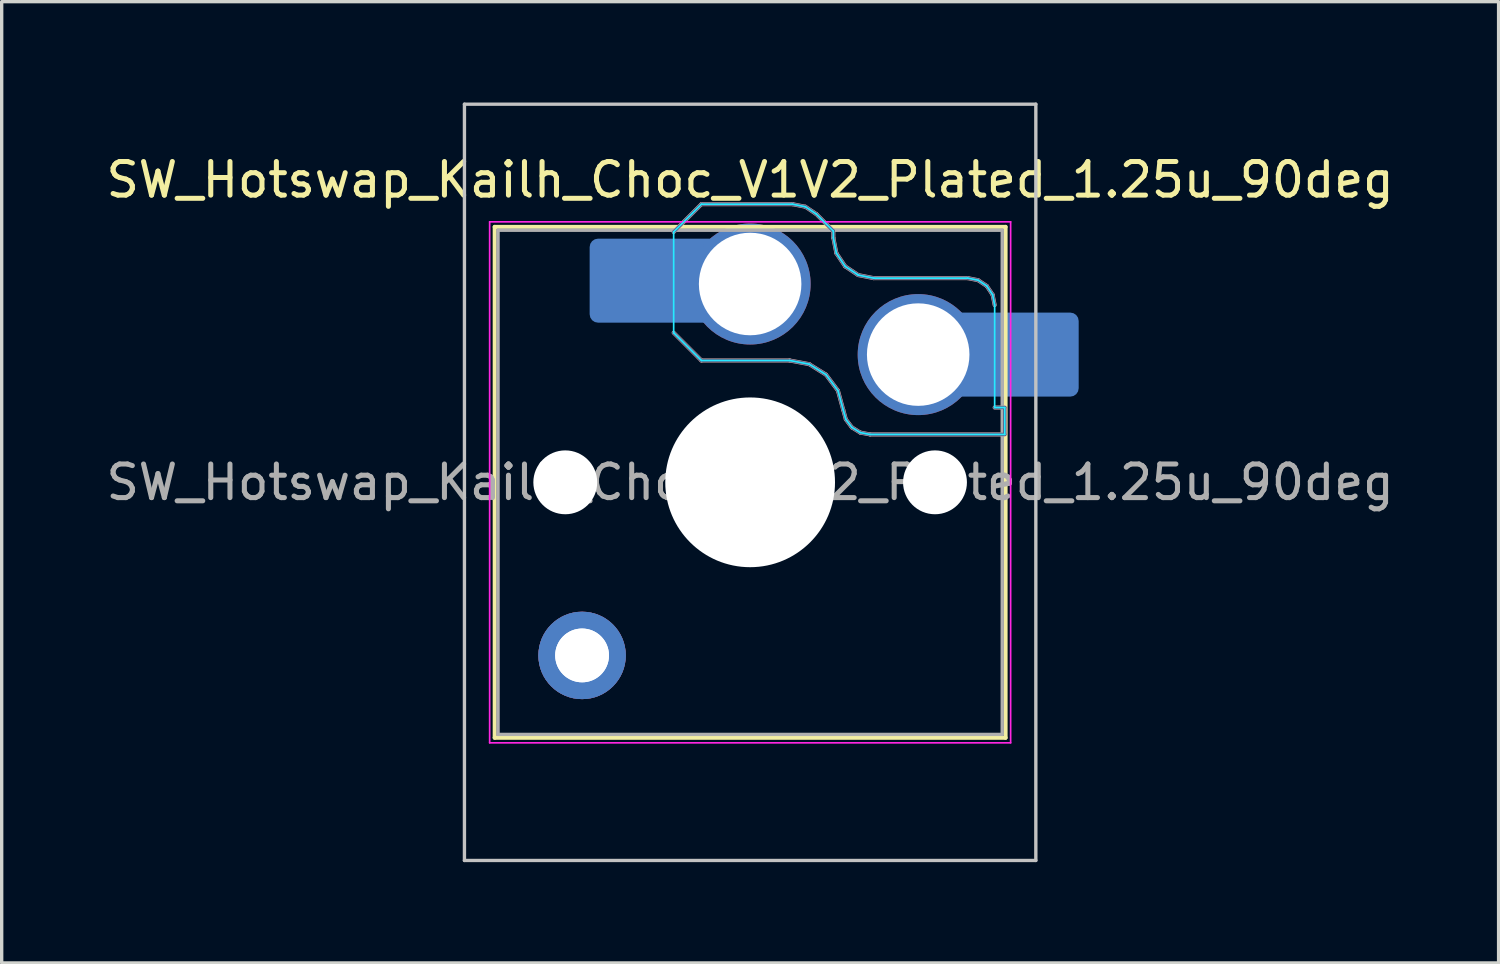
<source format=kicad_pcb>
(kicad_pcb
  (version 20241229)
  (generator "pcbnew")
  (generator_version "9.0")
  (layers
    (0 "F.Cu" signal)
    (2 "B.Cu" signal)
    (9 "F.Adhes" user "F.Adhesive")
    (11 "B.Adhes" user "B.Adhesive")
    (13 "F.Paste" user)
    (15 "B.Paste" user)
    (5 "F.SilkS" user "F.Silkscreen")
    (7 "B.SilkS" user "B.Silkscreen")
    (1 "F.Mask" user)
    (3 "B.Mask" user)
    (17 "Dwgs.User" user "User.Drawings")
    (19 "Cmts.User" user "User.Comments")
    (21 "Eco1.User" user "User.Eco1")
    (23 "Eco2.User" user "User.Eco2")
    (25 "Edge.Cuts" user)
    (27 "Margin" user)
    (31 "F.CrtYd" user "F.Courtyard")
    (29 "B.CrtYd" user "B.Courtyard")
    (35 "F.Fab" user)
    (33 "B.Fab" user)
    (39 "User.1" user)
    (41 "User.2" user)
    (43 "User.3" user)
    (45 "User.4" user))
  (footprint "SW_Hotswap_Kailh_Choc_V1V2_Plated_1.25u_90deg"
    (layer "F.Cu")
    (at 19.268 11.3)
    (property "Reference" "SW_Hotswap_Kailh_Choc_V1V2_Plated_1.25u_90deg" (at 0 -9 0) (layer "F.SilkS") (effects (font (size 1 1) (thickness 0.15))))
    (attr smd)
    (fp_line (start -7.6 -7.6) (end -7.6 7.6) (stroke (width 0.12) (type solid)) (layer "F.SilkS"))
    (fp_line (start -7.6 7.6) (end 7.6 7.6) (stroke (width 0.12) (type solid)) (layer "F.SilkS"))
    (fp_line (start 7.6 -7.6) (end -7.6 -7.6) (stroke (width 0.12) (type solid)) (layer "F.SilkS"))
    (fp_line (start 7.6 7.6) (end 7.6 -7.6) (stroke (width 0.12) (type solid)) (layer "F.SilkS"))
    (fp_line (start -2.275 -7.45) (end -1.45 -8.275) (stroke (width 0.12) (type solid)) (layer "B.SilkS"))
    (fp_line (start -1.45 -8.275) (end 1.261 -8.275) (stroke (width 0.12) (type solid)) (layer "B.SilkS"))
    (fp_line (start -1.45 -3.625) (end -2.275 -4.45) (stroke (width 0.12) (type solid)) (layer "B.SilkS"))
    (fp_line (start 1.175 -3.625) (end -1.45 -3.625) (stroke (width 0.12) (type solid)) (layer "B.SilkS"))
    (fp_line (start 1.261 -8.275) (end 1.643 -8.199) (stroke (width 0.12) (type solid)) (layer "B.SilkS"))
    (fp_line (start 1.643 -8.199) (end 1.968 -7.982) (stroke (width 0.12) (type solid)) (layer "B.SilkS"))
    (fp_line (start 1.756 -3.516) (end 1.175 -3.625) (stroke (width 0.12) (type solid)) (layer "B.SilkS"))
    (fp_line (start 1.968 -7.982) (end 2.475 -7.475) (stroke (width 0.12) (type solid)) (layer "B.SilkS"))
    (fp_line (start 2.258 -3.203) (end 1.756 -3.516) (stroke (width 0.12) (type solid)) (layer "B.SilkS"))
    (fp_line (start 2.475 -7.475) (end 2.475 -7.275) (stroke (width 0.12) (type solid)) (layer "B.SilkS"))
    (fp_line (start 2.475 -7.275) (end 2.566 -6.816) (stroke (width 0.12) (type solid)) (layer "B.SilkS"))
    (fp_line (start 2.566 -6.816) (end 2.826 -6.426) (stroke (width 0.12) (type solid)) (layer "B.SilkS"))
    (fp_line (start 2.612 -2.729) (end 2.258 -3.203) (stroke (width 0.12) (type solid)) (layer "B.SilkS"))
    (fp_line (start 2.769 -2.158) (end 2.612 -2.729) (stroke (width 0.12) (type solid)) (layer "B.SilkS"))
    (fp_line (start 2.826 -6.426) (end 3.216 -6.166) (stroke (width 0.12) (type solid)) (layer "B.SilkS"))
    (fp_line (start 2.848 -1.873) (end 2.769 -2.158) (stroke (width 0.12) (type solid)) (layer "B.SilkS"))
    (fp_line (start 3.025 -1.636) (end 2.848 -1.873) (stroke (width 0.12) (type solid)) (layer "B.SilkS"))
    (fp_line (start 3.216 -6.166) (end 3.675 -6.075) (stroke (width 0.12) (type solid)) (layer "B.SilkS"))
    (fp_line (start 3.276 -1.48) (end 3.025 -1.636) (stroke (width 0.12) (type solid)) (layer "B.SilkS"))
    (fp_line (start 3.567 -1.425) (end 3.276 -1.48) (stroke (width 0.12) (type solid)) (layer "B.SilkS"))
    (fp_line (start 3.675 -6.075) (end 6.475 -6.075) (stroke (width 0.12) (type solid)) (layer "B.SilkS"))
    (fp_line (start 6.475 -6.075) (end 6.781 -6.014) (stroke (width 0.12) (type solid)) (layer "B.SilkS"))
    (fp_line (start 6.781 -6.014) (end 7.041 -5.841) (stroke (width 0.12) (type solid)) (layer "B.SilkS"))
    (fp_line (start 7.041 -5.841) (end 7.214 -5.581) (stroke (width 0.12) (type solid)) (layer "B.SilkS"))
    (fp_line (start 7.214 -5.581) (end 7.275 -5.275) (stroke (width 0.12) (type solid)) (layer "B.SilkS"))
    (fp_line (start 7.275 -2.225) (end 7.575 -2.225) (stroke (width 0.12) (type solid)) (layer "B.SilkS"))
    (fp_line (start 7.575 -2.225) (end 7.575 -1.425) (stroke (width 0.12) (type solid)) (layer "B.SilkS"))
    (fp_line (start 7.575 -1.425) (end 3.567 -1.425) (stroke (width 0.12) (type solid)) (layer "B.SilkS"))
    (fp_line (start -8.5 -11.25) (end 8.5 -11.25) (stroke (width 0.1) (type solid)) (layer "Dwgs.User"))
    (fp_line (start -8.5 11.25) (end -8.5 -11.25) (stroke (width 0.1) (type solid)) (layer "Dwgs.User"))
    (fp_line (start 8.5 -11.25) (end 8.5 11.25) (stroke (width 0.1) (type solid)) (layer "Dwgs.User"))
    (fp_line (start 8.5 11.25) (end -8.5 11.25) (stroke (width 0.1) (type solid)) (layer "Dwgs.User"))
    (fp_line (start -7.25 -7.25) (end -7.25 7.25) (stroke (width 0.1) (type solid)) (layer "Eco1.User"))
    (fp_line (start -7.25 7.25) (end 7.25 7.25) (stroke (width 0.1) (type solid)) (layer "Eco1.User"))
    (fp_line (start 7.25 -7.25) (end -7.25 -7.25) (stroke (width 0.1) (type solid)) (layer "Eco1.User"))
    (fp_line (start 7.25 7.25) (end 7.25 -7.25) (stroke (width 0.1) (type solid)) (layer "Eco1.User"))
    (fp_line (start -2.275 -7.45) (end -1.45 -8.275) (stroke (width 0.05) (type solid)) (layer "B.CrtYd"))
    (fp_line (start -2.275 -4.45) (end -2.275 -7.45) (stroke (width 0.05) (type solid)) (layer "B.CrtYd"))
    (fp_line (start -1.45 -8.275) (end 1.261 -8.275) (stroke (width 0.05) (type solid)) (layer "B.CrtYd"))
    (fp_line (start -1.45 -3.625) (end -2.275 -4.45) (stroke (width 0.05) (type solid)) (layer "B.CrtYd"))
    (fp_line (start 1.175 -3.625) (end -1.45 -3.625) (stroke (width 0.05) (type solid)) (layer "B.CrtYd"))
    (fp_line (start 1.261 -8.275) (end 1.643 -8.199) (stroke (width 0.05) (type solid)) (layer "B.CrtYd"))
    (fp_line (start 1.643 -8.199) (end 1.968 -7.982) (stroke (width 0.05) (type solid)) (layer "B.CrtYd"))
    (fp_line (start 1.756 -3.516) (end 1.175 -3.625) (stroke (width 0.05) (type solid)) (layer "B.CrtYd"))
    (fp_line (start 1.968 -7.982) (end 2.475 -7.475) (stroke (width 0.05) (type solid)) (layer "B.CrtYd"))
    (fp_line (start 2.258 -3.203) (end 1.756 -3.516) (stroke (width 0.05) (type solid)) (layer "B.CrtYd"))
    (fp_line (start 2.475 -7.475) (end 2.475 -7.275) (stroke (width 0.05) (type solid)) (layer "B.CrtYd"))
    (fp_line (start 2.475 -7.275) (end 2.566 -6.816) (stroke (width 0.05) (type solid)) (layer "B.CrtYd"))
    (fp_line (start 2.566 -6.816) (end 2.826 -6.426) (stroke (width 0.05) (type solid)) (layer "B.CrtYd"))
    (fp_line (start 2.612 -2.729) (end 2.258 -3.203) (stroke (width 0.05) (type solid)) (layer "B.CrtYd"))
    (fp_line (start 2.769 -2.158) (end 2.612 -2.729) (stroke (width 0.05) (type solid)) (layer "B.CrtYd"))
    (fp_line (start 2.826 -6.426) (end 3.216 -6.166) (stroke (width 0.05) (type solid)) (layer "B.CrtYd"))
    (fp_line (start 2.848 -1.873) (end 2.769 -2.158) (stroke (width 0.05) (type solid)) (layer "B.CrtYd"))
    (fp_line (start 3.025 -1.636) (end 2.848 -1.873) (stroke (width 0.05) (type solid)) (layer "B.CrtYd"))
    (fp_line (start 3.216 -6.166) (end 3.675 -6.075) (stroke (width 0.05) (type solid)) (layer "B.CrtYd"))
    (fp_line (start 3.276 -1.48) (end 3.025 -1.636) (stroke (width 0.05) (type solid)) (layer "B.CrtYd"))
    (fp_line (start 3.567 -1.425) (end 3.276 -1.48) (stroke (width 0.05) (type solid)) (layer "B.CrtYd"))
    (fp_line (start 3.675 -6.075) (end 6.475 -6.075) (stroke (width 0.05) (type solid)) (layer "B.CrtYd"))
    (fp_line (start 6.475 -6.075) (end 6.781 -6.014) (stroke (width 0.05) (type solid)) (layer "B.CrtYd"))
    (fp_line (start 6.781 -6.014) (end 7.041 -5.841) (stroke (width 0.05) (type solid)) (layer "B.CrtYd"))
    (fp_line (start 7.041 -5.841) (end 7.214 -5.581) (stroke (width 0.05) (type solid)) (layer "B.CrtYd"))
    (fp_line (start 7.214 -5.581) (end 7.275 -5.275) (stroke (width 0.05) (type solid)) (layer "B.CrtYd"))
    (fp_line (start 7.275 -5.275) (end 7.275 -2.225) (stroke (width 0.05) (type solid)) (layer "B.CrtYd"))
    (fp_line (start 7.275 -2.225) (end 7.575 -2.225) (stroke (width 0.05) (type solid)) (layer "B.CrtYd"))
    (fp_line (start 7.575 -2.225) (end 7.575 -1.425) (stroke (width 0.05) (type solid)) (layer "B.CrtYd"))
    (fp_line (start 7.575 -1.425) (end 3.567 -1.425) (stroke (width 0.05) (type solid)) (layer "B.CrtYd"))
    (fp_line (start -7.75 -7.75) (end -7.75 7.75) (stroke (width 0.05) (type solid)) (layer "F.CrtYd"))
    (fp_line (start -7.75 7.75) (end 7.75 7.75) (stroke (width 0.05) (type solid)) (layer "F.CrtYd"))
    (fp_line (start 7.75 -7.75) (end -7.75 -7.75) (stroke (width 0.05) (type solid)) (layer "F.CrtYd"))
    (fp_line (start 7.75 7.75) (end 7.75 -7.75) (stroke (width 0.05) (type solid)) (layer "F.CrtYd"))
    (fp_line (start -2.275 -7.45) (end -1.45 -8.275) (stroke (width 0.1) (type solid)) (layer "B.Fab"))
    (fp_line (start -1.45 -8.275) (end 1.261 -8.275) (stroke (width 0.1) (type solid)) (layer "B.Fab"))
    (fp_line (start -1.45 -3.625) (end -2.275 -4.45) (stroke (width 0.1) (type solid)) (layer "B.Fab"))
    (fp_line (start 1.175 -3.625) (end -1.45 -3.625) (stroke (width 0.1) (type solid)) (layer "B.Fab"))
    (fp_line (start 1.261 -8.275) (end 1.643 -8.199) (stroke (width 0.1) (type solid)) (layer "B.Fab"))
    (fp_line (start 1.643 -8.199) (end 1.968 -7.982) (stroke (width 0.1) (type solid)) (layer "B.Fab"))
    (fp_line (start 1.756 -3.516) (end 1.175 -3.625) (stroke (width 0.1) (type solid)) (layer "B.Fab"))
    (fp_line (start 1.968 -7.982) (end 2.475 -7.475) (stroke (width 0.1) (type solid)) (layer "B.Fab"))
    (fp_line (start 2.258 -3.203) (end 1.756 -3.516) (stroke (width 0.1) (type solid)) (layer "B.Fab"))
    (fp_line (start 2.475 -7.475) (end 2.475 -7.275) (stroke (width 0.1) (type solid)) (layer "B.Fab"))
    (fp_line (start 2.475 -7.275) (end 2.566 -6.816) (stroke (width 0.1) (type solid)) (layer "B.Fab"))
    (fp_line (start 2.566 -6.816) (end 2.826 -6.426) (stroke (width 0.1) (type solid)) (layer "B.Fab"))
    (fp_line (start 2.612 -2.729) (end 2.258 -3.203) (stroke (width 0.1) (type solid)) (layer "B.Fab"))
    (fp_line (start 2.769 -2.158) (end 2.612 -2.729) (stroke (width 0.1) (type solid)) (layer "B.Fab"))
    (fp_line (start 2.826 -6.426) (end 3.216 -6.166) (stroke (width 0.1) (type solid)) (layer "B.Fab"))
    (fp_line (start 2.848 -1.873) (end 2.769 -2.158) (stroke (width 0.1) (type solid)) (layer "B.Fab"))
    (fp_line (start 3.025 -1.636) (end 2.848 -1.873) (stroke (width 0.1) (type solid)) (layer "B.Fab"))
    (fp_line (start 3.216 -6.166) (end 3.675 -6.075) (stroke (width 0.1) (type solid)) (layer "B.Fab"))
    (fp_line (start 3.276 -1.48) (end 3.025 -1.636) (stroke (width 0.1) (type solid)) (layer "B.Fab"))
    (fp_line (start 3.567 -1.425) (end 3.276 -1.48) (stroke (width 0.1) (type solid)) (layer "B.Fab"))
    (fp_line (start 3.675 -6.075) (end 6.475 -6.075) (stroke (width 0.1) (type solid)) (layer "B.Fab"))
    (fp_line (start 6.475 -6.075) (end 6.781 -6.014) (stroke (width 0.1) (type solid)) (layer "B.Fab"))
    (fp_line (start 6.781 -6.014) (end 7.041 -5.841) (stroke (width 0.1) (type solid)) (layer "B.Fab"))
    (fp_line (start 7.041 -5.841) (end 7.214 -5.581) (stroke (width 0.1) (type solid)) (layer "B.Fab"))
    (fp_line (start 7.214 -5.581) (end 7.275 -5.275) (stroke (width 0.1) (type solid)) (layer "B.Fab"))
    (fp_line (start 7.275 -2.225) (end 7.575 -2.225) (stroke (width 0.1) (type solid)) (layer "B.Fab"))
    (fp_line (start 7.575 -2.225) (end 7.575 -1.425) (stroke (width 0.1) (type solid)) (layer "B.Fab"))
    (fp_line (start 7.575 -1.425) (end 3.567 -1.425) (stroke (width 0.1) (type solid)) (layer "B.Fab"))
    (fp_line (start -7.5 -7.5) (end -7.5 7.5) (stroke (width 0.1) (type solid)) (layer "F.Fab"))
    (fp_line (start -7.5 7.5) (end 7.5 7.5) (stroke (width 0.1) (type solid)) (layer "F.Fab"))
    (fp_line (start 7.5 -7.5) (end -7.5 -7.5) (stroke (width 0.1) (type solid)) (layer "F.Fab"))
    (fp_line (start 7.5 7.5) (end 7.5 -7.5) (stroke (width 0.1) (type solid)) (layer "F.Fab"))
    (fp_text user "${REFERENCE}" (at 0 0 0) (layer "F.Fab") (effects (font (size 1 1) (thickness 0.15))))
    (pad "" np_thru_hole circle (at -5.5 0) (size 1.9 1.9) (drill 1.9) (layers "*.Cu" "*.Mask"))
    (pad "" thru_hole circle (at -5 5.15) (size 2.6 2.6) (drill 1.6) (layers "*.Cu" "B.Mask"))
    (pad "" thru_hole circle (at -5 5.15) (size 2.6 2.6) (drill 1.6) (layers "*.Cu" "B.Mask"))
    (pad "" smd roundrect (at -3.5 -6) (size 2.55 2.5) (layers "B.Mask" "B.Paste") (roundrect_rratio 0.1))
    (pad "" np_thru_hole circle (at 0 0) (size 5.05 5.05) (drill 5.05) (layers "*.Cu" "*.Mask"))
    (pad "" np_thru_hole circle (at 5.5 0) (size 1.9 1.9) (drill 1.9) (layers "*.Cu" "*.Mask"))
    (pad "" smd roundrect (at 8.5 -3.8) (size 2.55 2.5) (layers "B.Mask" "B.Paste") (roundrect_rratio 0.1))
    (pad "1" smd roundrect (at -2.85 -6) (size 3.85 2.5) (layers "B.Cu") (roundrect_rratio 0.1))
    (pad "1" thru_hole circle (at 0 -5.9) (size 3.6 3.6) (drill 3.05) (layers "*.Cu" "B.Mask"))
    (pad "2" thru_hole circle (at 5 -3.8) (size 3.6 3.6) (drill 3.05) (layers "*.Cu" "B.Mask"))
    (pad "2" smd roundrect (at 7.85 -3.8) (size 3.85 2.5) (layers "B.Cu") (roundrect_rratio 0.1)))
  (gr_rect
    (start -3 -3)
    (end 41.536 25.6)
    (stroke (width 0.1) (type default))
    (fill no)
    (layer "Edge.Cuts")))
</source>
